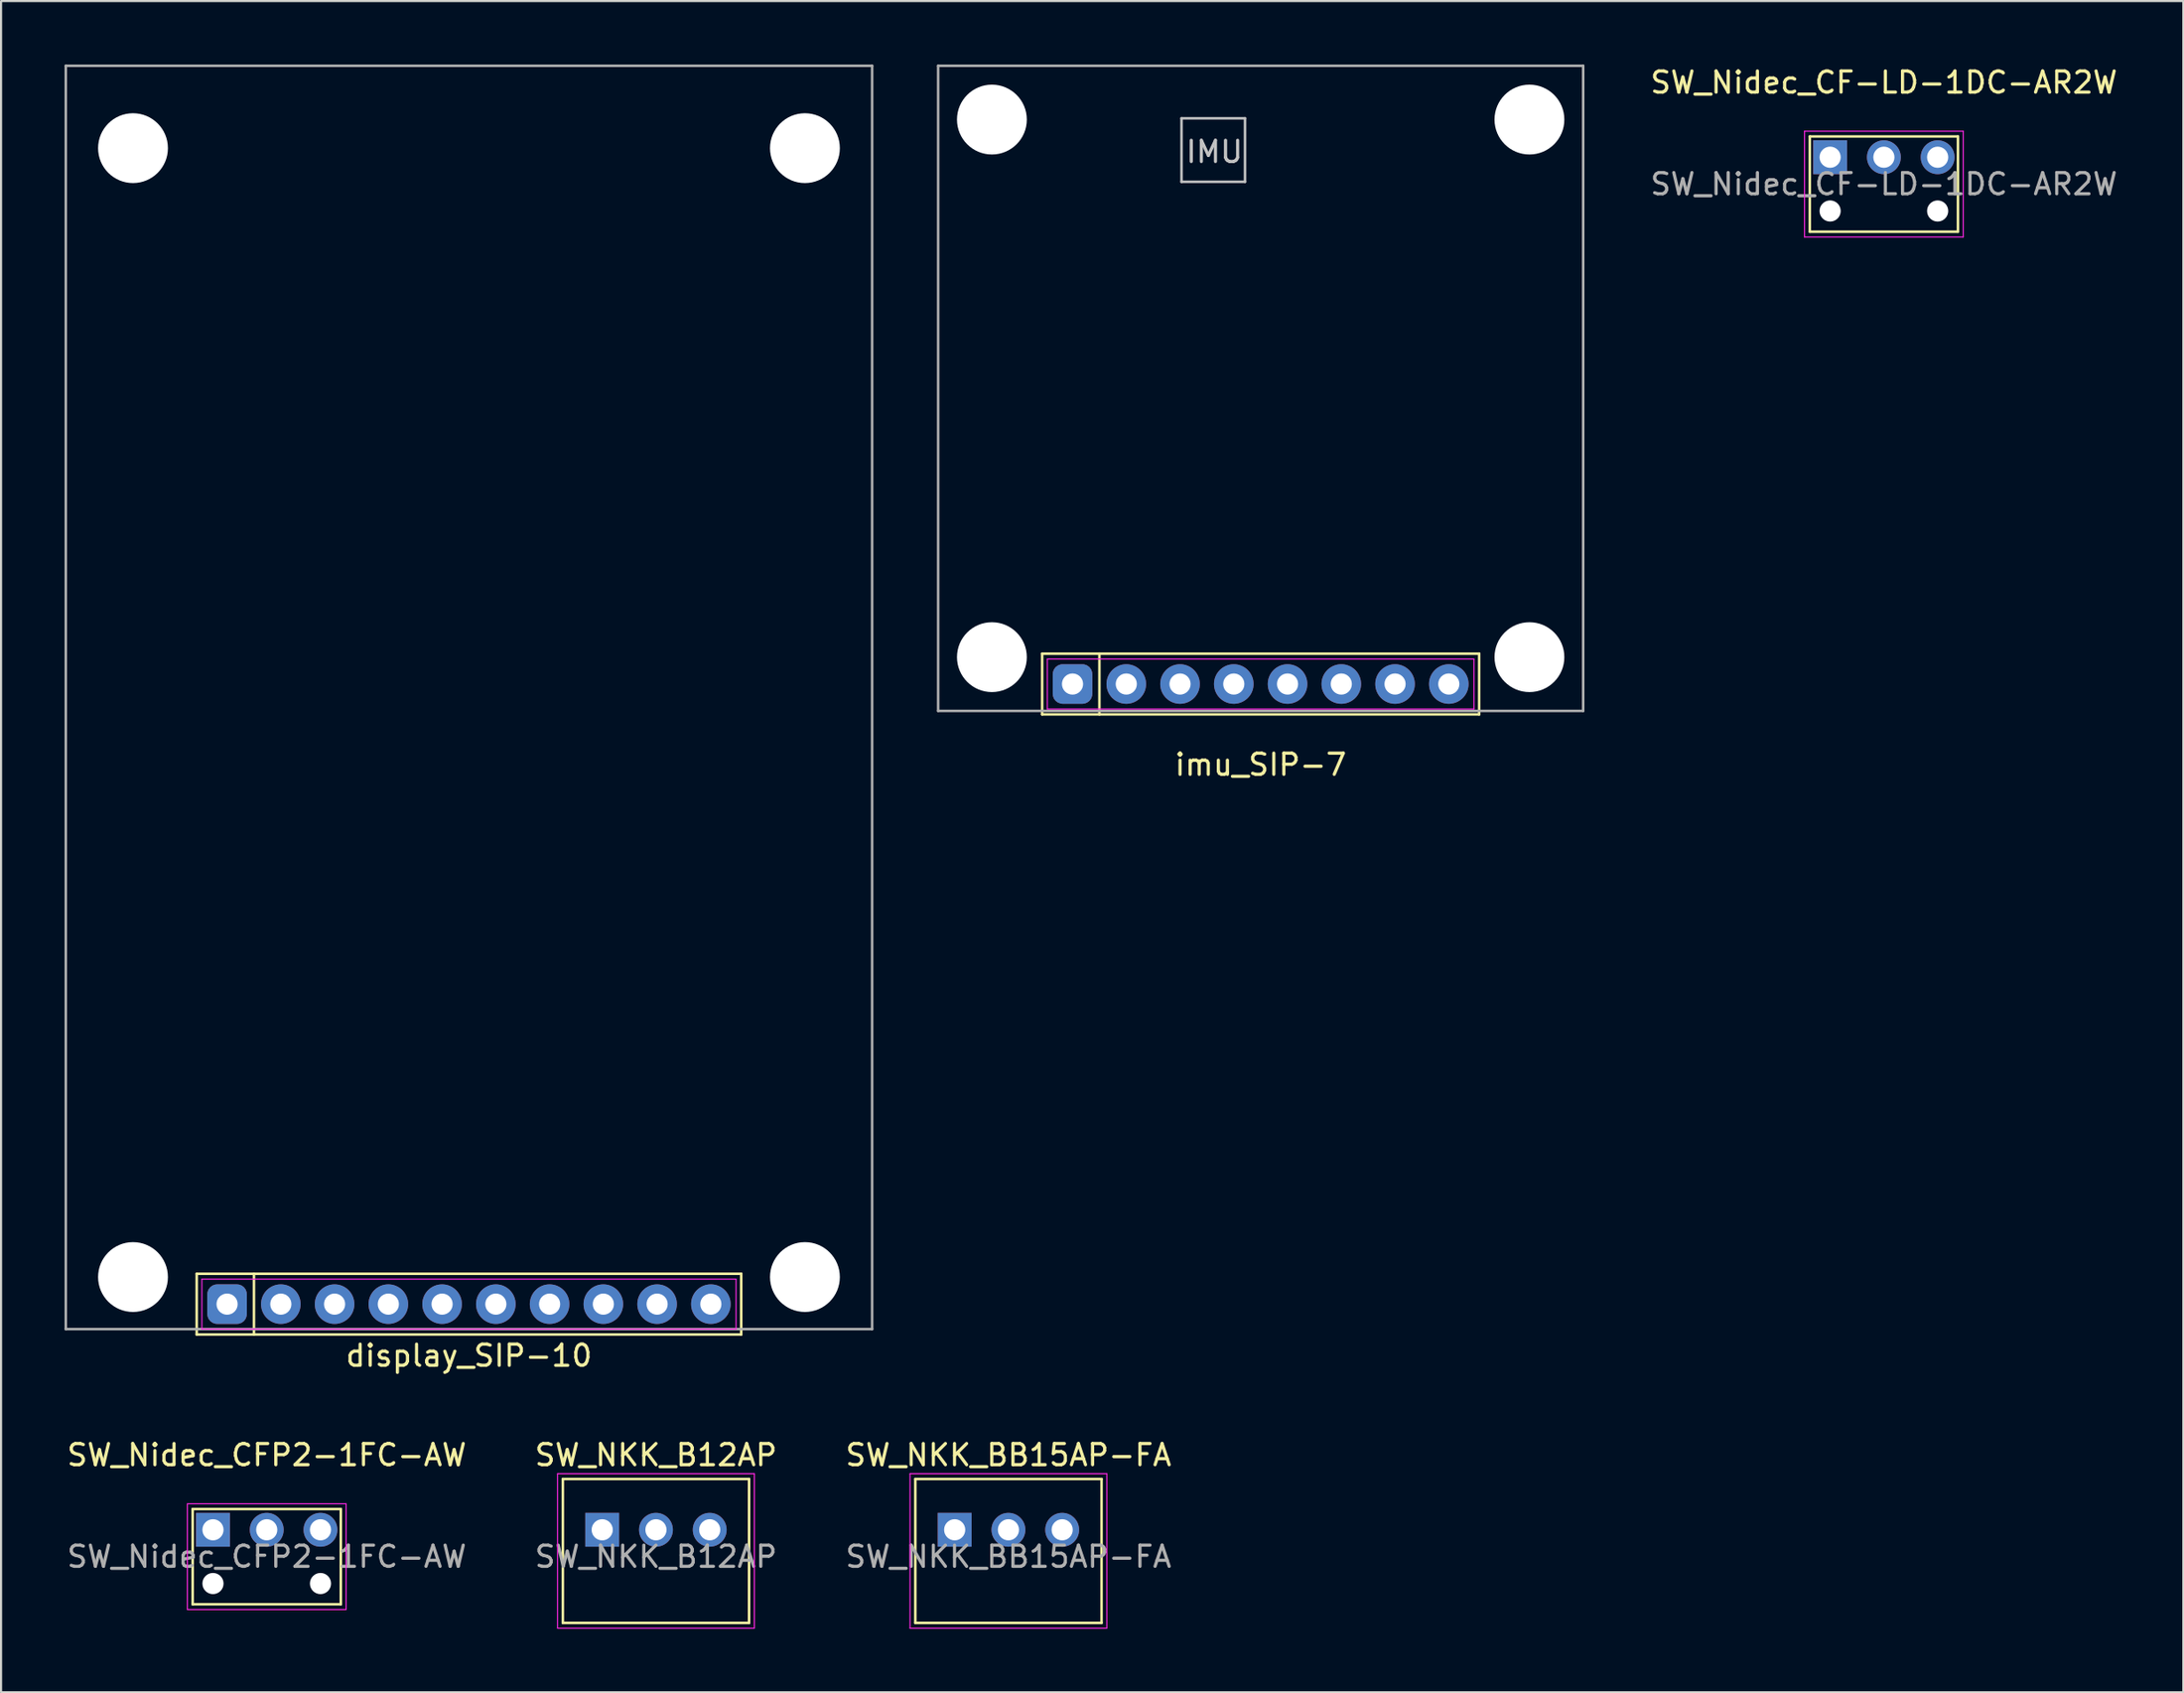
<source format=kicad_pcb>
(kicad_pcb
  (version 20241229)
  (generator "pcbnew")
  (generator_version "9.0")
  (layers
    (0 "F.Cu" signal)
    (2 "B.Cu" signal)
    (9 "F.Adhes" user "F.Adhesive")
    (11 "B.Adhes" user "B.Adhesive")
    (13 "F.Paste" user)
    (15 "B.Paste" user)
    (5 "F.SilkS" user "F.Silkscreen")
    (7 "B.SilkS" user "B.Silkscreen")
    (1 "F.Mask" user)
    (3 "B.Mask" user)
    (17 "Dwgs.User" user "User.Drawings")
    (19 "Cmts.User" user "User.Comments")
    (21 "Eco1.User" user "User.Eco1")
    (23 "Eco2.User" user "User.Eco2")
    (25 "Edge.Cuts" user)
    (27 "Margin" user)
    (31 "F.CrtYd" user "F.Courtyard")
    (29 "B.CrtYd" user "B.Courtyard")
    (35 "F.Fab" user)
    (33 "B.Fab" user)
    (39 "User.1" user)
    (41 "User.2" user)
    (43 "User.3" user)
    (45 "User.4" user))
  (footprint "imu_SIP-7"
    (layer "F.Cu")
    (at 56.52 30.692)
    (property "Reference" "imu_SIP-7" (at 0 2.388 0) (layer "F.SilkS") (effects (font (size 1 1) (thickness 0.15))))
    (attr through_hole)
    (fp_line (start -10.325 -2.857) (end 10.325 -2.857) (stroke (width 0.12) (type solid)) (layer "F.SilkS"))
    (fp_line (start -10.325 0.013) (end -10.325 -2.857) (stroke (width 0.12) (type solid)) (layer "F.SilkS"))
    (fp_line (start -7.62 -2.857) (end -7.62 0.013) (stroke (width 0.12) (type solid)) (layer "F.SilkS"))
    (fp_line (start 10.325 -2.857) (end 10.325 0.013) (stroke (width 0.12) (type solid)) (layer "F.SilkS"))
    (fp_line (start 10.325 0.013) (end -10.325 0.013) (stroke (width 0.12) (type solid)) (layer "F.SilkS"))
    (fp_line (start -3.74 -28.152) (end -3.74 -25.152) (stroke (width 0.12) (type solid)) (layer "Dwgs.User"))
    (fp_line (start -3.74 -28.152) (end -0.74 -28.152) (stroke (width 0.12) (type solid)) (layer "Dwgs.User"))
    (fp_line (start -0.74 -25.152) (end -3.74 -25.152) (stroke (width 0.12) (type solid)) (layer "Dwgs.User"))
    (fp_line (start -0.74 -25.152) (end -0.74 -28.152) (stroke (width 0.12) (type solid)) (layer "Dwgs.User"))
    (fp_line (start -10.08 -2.602) (end 10.08 -2.602) (stroke (width 0.05) (type solid)) (layer "F.CrtYd"))
    (fp_line (start -10.08 -0.242) (end -10.08 -2.602) (stroke (width 0.05) (type solid)) (layer "F.CrtYd"))
    (fp_line (start 10.08 -2.602) (end 10.08 -0.242) (stroke (width 0.05) (type solid)) (layer "F.CrtYd"))
    (fp_line (start 10.08 -0.242) (end -10.08 -0.242) (stroke (width 0.05) (type solid)) (layer "F.CrtYd"))
    (fp_line (start -15.24 -30.632) (end 15.24 -30.632) (stroke (width 0.12) (type solid)) (layer "F.Fab"))
    (fp_line (start -15.24 -0.152) (end -15.24 -30.632) (stroke (width 0.12) (type solid)) (layer "F.Fab"))
    (fp_line (start 15.24 -30.632) (end 15.24 -0.152) (stroke (width 0.12) (type solid)) (layer "F.Fab"))
    (fp_line (start 15.24 -0.152) (end -15.24 -0.152) (stroke (width 0.12) (type solid)) (layer "F.Fab"))
    (fp_text user "IMU" (at -2.184 -26.568 0) (layer "Dwgs.User") (effects (font (size 1 1) (thickness 0.15))))
    (pad "" np_thru_hole circle (at -12.7 -28.092) (size 3.3 3.3) (drill 3.3) (layers "*.Cu" "*.Mask"))
    (pad "" np_thru_hole circle (at -12.7 -2.692) (size 3.3 3.3) (drill 3.3) (layers "*.Cu" "*.Mask"))
    (pad "" np_thru_hole circle (at 8.89 -1.422) (size 1.87 1.87) (drill 1) (layers "*.Cu" "*.Mask"))
    (pad "" np_thru_hole circle (at 12.7 -28.092) (size 3.3 3.3) (drill 3.3) (layers "*.Cu" "*.Mask"))
    (pad "" np_thru_hole circle (at 12.7 -2.692) (size 3.3 3.3) (drill 3.3) (layers "*.Cu" "*.Mask"))
    (pad "1" thru_hole roundrect (at -8.89 -1.422) (size 1.87 1.87) (drill 1) (layers "*.Cu" "*.Mask") (roundrect_rratio 0.25))
    (pad "2" thru_hole circle (at -6.35 -1.422) (size 1.87 1.87) (drill 1) (layers "*.Cu" "*.Mask"))
    (pad "3" thru_hole circle (at -3.81 -1.422) (size 1.87 1.87) (drill 1) (layers "*.Cu" "*.Mask"))
    (pad "4" thru_hole circle (at -1.27 -1.422) (size 1.87 1.87) (drill 1) (layers "*.Cu" "*.Mask"))
    (pad "5" thru_hole circle (at 1.27 -1.422) (size 1.87 1.87) (drill 1) (layers "*.Cu" "*.Mask"))
    (pad "6" thru_hole circle (at 3.81 -1.422) (size 1.87 1.87) (drill 1) (layers "*.Cu" "*.Mask"))
    (pad "7" thru_hole circle (at 6.35 -1.422) (size 1.87 1.87) (drill 1) (layers "*.Cu" "*.Mask")))
  (footprint "SW_Nidec_CF-LD-1DC-AR2W"
    (layer "F.Cu")
    (at 83.429 4.379)
    (property "Reference" "SW_Nidec_CF-LD-1DC-AR2W" (at 2.54 -3.531 0) (layer "F.SilkS") (effects (font (size 1 1) (thickness 0.15))))
    (attr through_hole)
    (fp_line (start -0.96 -0.98) (end -0.96 3.52) (stroke (width 0.12) (type solid)) (layer "F.SilkS"))
    (fp_line (start -0.96 3.52) (end 6.04 3.52) (stroke (width 0.12) (type solid)) (layer "F.SilkS"))
    (fp_line (start 6.04 -0.98) (end -0.96 -0.98) (stroke (width 0.12) (type solid)) (layer "F.SilkS"))
    (fp_line (start 6.04 3.52) (end 6.04 -0.98) (stroke (width 0.12) (type solid)) (layer "F.SilkS"))
    (fp_line (start -1.21 -1.23) (end -1.21 3.77) (stroke (width 0.05) (type solid)) (layer "F.CrtYd"))
    (fp_line (start -1.21 3.77) (end 6.29 3.77) (stroke (width 0.05) (type solid)) (layer "F.CrtYd"))
    (fp_line (start 6.29 -1.23) (end -1.21 -1.23) (stroke (width 0.05) (type solid)) (layer "F.CrtYd"))
    (fp_line (start 6.29 3.77) (end 6.29 -1.23) (stroke (width 0.05) (type solid)) (layer "F.CrtYd"))
    (fp_text user "${REFERENCE}" (at 2.54 1.27 0) (layer "F.Fab") (effects (font (size 1 1) (thickness 0.15))))
    (pad "" np_thru_hole circle (at 0 2.54) (size 1 1) (drill 1) (layers "*.Cu" "*.Mask"))
    (pad "" np_thru_hole circle (at 5.08 2.54) (size 1 1) (drill 1) (layers "*.Cu" "*.Mask"))
    (pad "1" thru_hole rect (at 0 0) (size 1.6 1.6) (drill 1) (layers "*.Cu" "*.Mask"))
    (pad "2" thru_hole circle (at 2.54 0) (size 1.6 1.6) (drill 1) (layers "*.Cu" "*.Mask"))
    (pad "3" thru_hole circle (at 5.08 0) (size 1.6 1.6) (drill 1) (layers "*.Cu" "*.Mask")))
  (footprint "display_SIP-10"
    (layer "F.Cu")
    (at 19.11 58.57)
    (property "Reference" "display_SIP-10" (at 0 2.435 0) (layer "F.SilkS") (effects (font (size 1 1) (thickness 0.15))))
    (attr through_hole)
    (fp_line (start -12.865 -1.435) (end 12.865 -1.435) (stroke (width 0.12) (type solid)) (layer "F.SilkS"))
    (fp_line (start -12.865 1.435) (end -12.865 -1.435) (stroke (width 0.12) (type solid)) (layer "F.SilkS"))
    (fp_line (start -10.16 -1.435) (end -10.16 1.435) (stroke (width 0.12) (type solid)) (layer "F.SilkS"))
    (fp_line (start 12.865 -1.435) (end 12.865 1.435) (stroke (width 0.12) (type solid)) (layer "F.SilkS"))
    (fp_line (start 12.865 1.435) (end -12.865 1.435) (stroke (width 0.12) (type solid)) (layer "F.SilkS"))
    (fp_line (start -12.62 -1.18) (end 12.62 -1.18) (stroke (width 0.05) (type solid)) (layer "F.CrtYd"))
    (fp_line (start -12.62 1.18) (end -12.62 -1.18) (stroke (width 0.05) (type solid)) (layer "F.CrtYd"))
    (fp_line (start 12.62 -1.18) (end 12.62 1.18) (stroke (width 0.05) (type solid)) (layer "F.CrtYd"))
    (fp_line (start 12.62 1.18) (end -12.62 1.18) (stroke (width 0.05) (type solid)) (layer "F.CrtYd"))
    (fp_line (start -19.05 -58.51) (end 19.05 -58.51) (stroke (width 0.12) (type solid)) (layer "F.Fab"))
    (fp_line (start -19.05 1.18) (end -19.05 -58.51) (stroke (width 0.12) (type solid)) (layer "F.Fab"))
    (fp_line (start 19.05 1.18) (end -19.05 1.18) (stroke (width 0.12) (type solid)) (layer "F.Fab"))
    (fp_line (start 19.05 1.18) (end 19.05 -58.51) (stroke (width 0.12) (type solid)) (layer "F.Fab"))
    (pad "" np_thru_hole circle (at -15.875 -54.62) (size 3.3 3.3) (drill 3.3) (layers "*.Cu" "*.Mask"))
    (pad "" np_thru_hole circle (at -15.875 -1.28) (size 3.3 3.3) (drill 3.3) (layers "*.Cu" "*.Mask"))
    (pad "" np_thru_hole circle (at 15.875 -54.62) (size 3.3 3.3) (drill 3.3) (layers "*.Cu" "*.Mask"))
    (pad "" np_thru_hole circle (at 15.875 -1.28) (size 3.3 3.3) (drill 3.3) (layers "*.Cu" "*.Mask"))
    (pad "1" thru_hole roundrect (at -11.43 0) (size 1.87 1.87) (drill 1) (layers "*.Cu" "*.Mask") (roundrect_rratio 0.25))
    (pad "2" thru_hole circle (at -8.89 0) (size 1.87 1.87) (drill 1) (layers "*.Cu" "*.Mask"))
    (pad "3" thru_hole circle (at -6.35 0) (size 1.87 1.87) (drill 1) (layers "*.Cu" "*.Mask"))
    (pad "4" thru_hole circle (at -3.81 0) (size 1.87 1.87) (drill 1) (layers "*.Cu" "*.Mask"))
    (pad "5" thru_hole circle (at -1.27 0) (size 1.87 1.87) (drill 1) (layers "*.Cu" "*.Mask"))
    (pad "6" thru_hole circle (at 1.27 0) (size 1.87 1.87) (drill 1) (layers "*.Cu" "*.Mask"))
    (pad "7" thru_hole circle (at 3.81 0) (size 1.87 1.87) (drill 1) (layers "*.Cu" "*.Mask"))
    (pad "8" thru_hole circle (at 6.35 0) (size 1.87 1.87) (drill 1) (layers "*.Cu" "*.Mask"))
    (pad "9" thru_hole circle (at 8.89 0) (size 1.87 1.87) (drill 1) (layers "*.Cu" "*.Mask"))
    (pad "10" thru_hole circle (at 11.43 0) (size 1.87 1.87) (drill 1) (layers "*.Cu" "*.Mask")))
  (footprint "SW_Nidec_CFP2-1FC-AW"
    (layer "F.Cu")
    (at 7.014 69.232)
    (property "Reference" "SW_Nidec_CFP2-1FC-AW" (at 2.54 -3.531 0) (layer "F.SilkS") (effects (font (size 1 1) (thickness 0.15))))
    (attr through_hole)
    (fp_line (start -0.96 -0.98) (end -0.96 3.52) (stroke (width 0.12) (type solid)) (layer "F.SilkS"))
    (fp_line (start -0.96 3.52) (end 6.04 3.52) (stroke (width 0.12) (type solid)) (layer "F.SilkS"))
    (fp_line (start 6.04 -0.98) (end -0.96 -0.98) (stroke (width 0.12) (type solid)) (layer "F.SilkS"))
    (fp_line (start 6.04 3.52) (end 6.04 -0.98) (stroke (width 0.12) (type solid)) (layer "F.SilkS"))
    (fp_line (start -1.21 -1.23) (end -1.21 3.77) (stroke (width 0.05) (type solid)) (layer "F.CrtYd"))
    (fp_line (start -1.21 3.77) (end 6.29 3.77) (stroke (width 0.05) (type solid)) (layer "F.CrtYd"))
    (fp_line (start 6.29 -1.23) (end -1.21 -1.23) (stroke (width 0.05) (type solid)) (layer "F.CrtYd"))
    (fp_line (start 6.29 3.77) (end 6.29 -1.23) (stroke (width 0.05) (type solid)) (layer "F.CrtYd"))
    (fp_text user "${REFERENCE}" (at 2.54 1.27 0) (layer "F.Fab") (effects (font (size 1 1) (thickness 0.15))))
    (pad "" np_thru_hole circle (at 0 2.54) (size 1 1) (drill 1) (layers "*.Cu" "*.Mask"))
    (pad "" np_thru_hole circle (at 5.08 2.54) (size 1 1) (drill 1) (layers "*.Cu" "*.Mask"))
    (pad "1" thru_hole rect (at 0 0) (size 1.6 1.6) (drill 1) (layers "*.Cu" "*.Mask"))
    (pad "2" thru_hole circle (at 2.54 0) (size 1.6 1.6) (drill 1) (layers "*.Cu" "*.Mask"))
    (pad "3" thru_hole circle (at 5.08 0) (size 1.6 1.6) (drill 1) (layers "*.Cu" "*.Mask")))
  (footprint "SW_NKK_BB15AP-FA"
    (layer "F.Cu")
    (at 42.061 69.232)
    (property "Reference" "SW_NKK_BB15AP-FA" (at 2.54 -3.531 0) (layer "F.SilkS") (effects (font (size 1 1) (thickness 0.15))))
    (attr through_hole)
    (fp_line (start -1.86 -2.4) (end -1.86 4.4) (stroke (width 0.12) (type solid)) (layer "F.SilkS"))
    (fp_line (start -1.86 4.4) (end 6.94 4.4) (stroke (width 0.12) (type solid)) (layer "F.SilkS"))
    (fp_line (start 6.94 -2.4) (end -1.86 -2.4) (stroke (width 0.12) (type solid)) (layer "F.SilkS"))
    (fp_line (start 6.94 4.4) (end 6.94 -2.4) (stroke (width 0.12) (type solid)) (layer "F.SilkS"))
    (fp_line (start -2.11 -2.65) (end -2.11 4.65) (stroke (width 0.05) (type solid)) (layer "F.CrtYd"))
    (fp_line (start -2.11 4.65) (end 7.19 4.65) (stroke (width 0.05) (type solid)) (layer "F.CrtYd"))
    (fp_line (start 7.19 -2.65) (end -2.11 -2.65) (stroke (width 0.05) (type solid)) (layer "F.CrtYd"))
    (fp_line (start 7.19 4.65) (end 7.19 -2.65) (stroke (width 0.05) (type solid)) (layer "F.CrtYd"))
    (fp_text user "${REFERENCE}" (at 2.54 1.27 0) (layer "F.Fab") (effects (font (size 1 1) (thickness 0.15))))
    (pad "1" thru_hole rect (at 0 0) (size 1.6 1.6) (drill 1) (layers "*.Cu" "*.Mask"))
    (pad "2" thru_hole circle (at 2.54 0) (size 1.6 1.6) (drill 1) (layers "*.Cu" "*.Mask"))
    (pad "3" thru_hole circle (at 5.08 0) (size 1.6 1.6) (drill 1) (layers "*.Cu" "*.Mask")))
  (footprint "SW_NKK_B12AP"
    (layer "F.Cu")
    (at 25.406 69.232)
    (property "Reference" "SW_NKK_B12AP" (at 2.54 -3.531 0) (layer "F.SilkS") (effects (font (size 1 1) (thickness 0.15))))
    (attr through_hole)
    (fp_line (start -1.86 -2.4) (end -1.86 4.4) (stroke (width 0.12) (type solid)) (layer "F.SilkS"))
    (fp_line (start -1.86 4.4) (end 6.94 4.4) (stroke (width 0.12) (type solid)) (layer "F.SilkS"))
    (fp_line (start 6.94 -2.4) (end -1.86 -2.4) (stroke (width 0.12) (type solid)) (layer "F.SilkS"))
    (fp_line (start 6.94 4.4) (end 6.94 -2.4) (stroke (width 0.12) (type solid)) (layer "F.SilkS"))
    (fp_line (start -2.11 -2.65) (end -2.11 4.65) (stroke (width 0.05) (type solid)) (layer "F.CrtYd"))
    (fp_line (start -2.11 4.65) (end 7.19 4.65) (stroke (width 0.05) (type solid)) (layer "F.CrtYd"))
    (fp_line (start 7.19 -2.65) (end -2.11 -2.65) (stroke (width 0.05) (type solid)) (layer "F.CrtYd"))
    (fp_line (start 7.19 4.65) (end 7.19 -2.65) (stroke (width 0.05) (type solid)) (layer "F.CrtYd"))
    (fp_text user "${REFERENCE}" (at 2.54 1.27 0) (layer "F.Fab") (effects (font (size 1 1) (thickness 0.15))))
    (pad "1" thru_hole rect (at 0 0) (size 1.6 1.6) (drill 1) (layers "*.Cu" "*.Mask"))
    (pad "2" thru_hole circle (at 2.54 0) (size 1.6 1.6) (drill 1) (layers "*.Cu" "*.Mask"))
    (pad "3" thru_hole circle (at 5.08 0) (size 1.6 1.6) (drill 1) (layers "*.Cu" "*.Mask")))
  (gr_rect
    (start -3 -3)
    (end 100.118 76.907)
    (stroke (width 0.1) (type default))
    (fill no)
    (layer "Edge.Cuts")))
</source>
